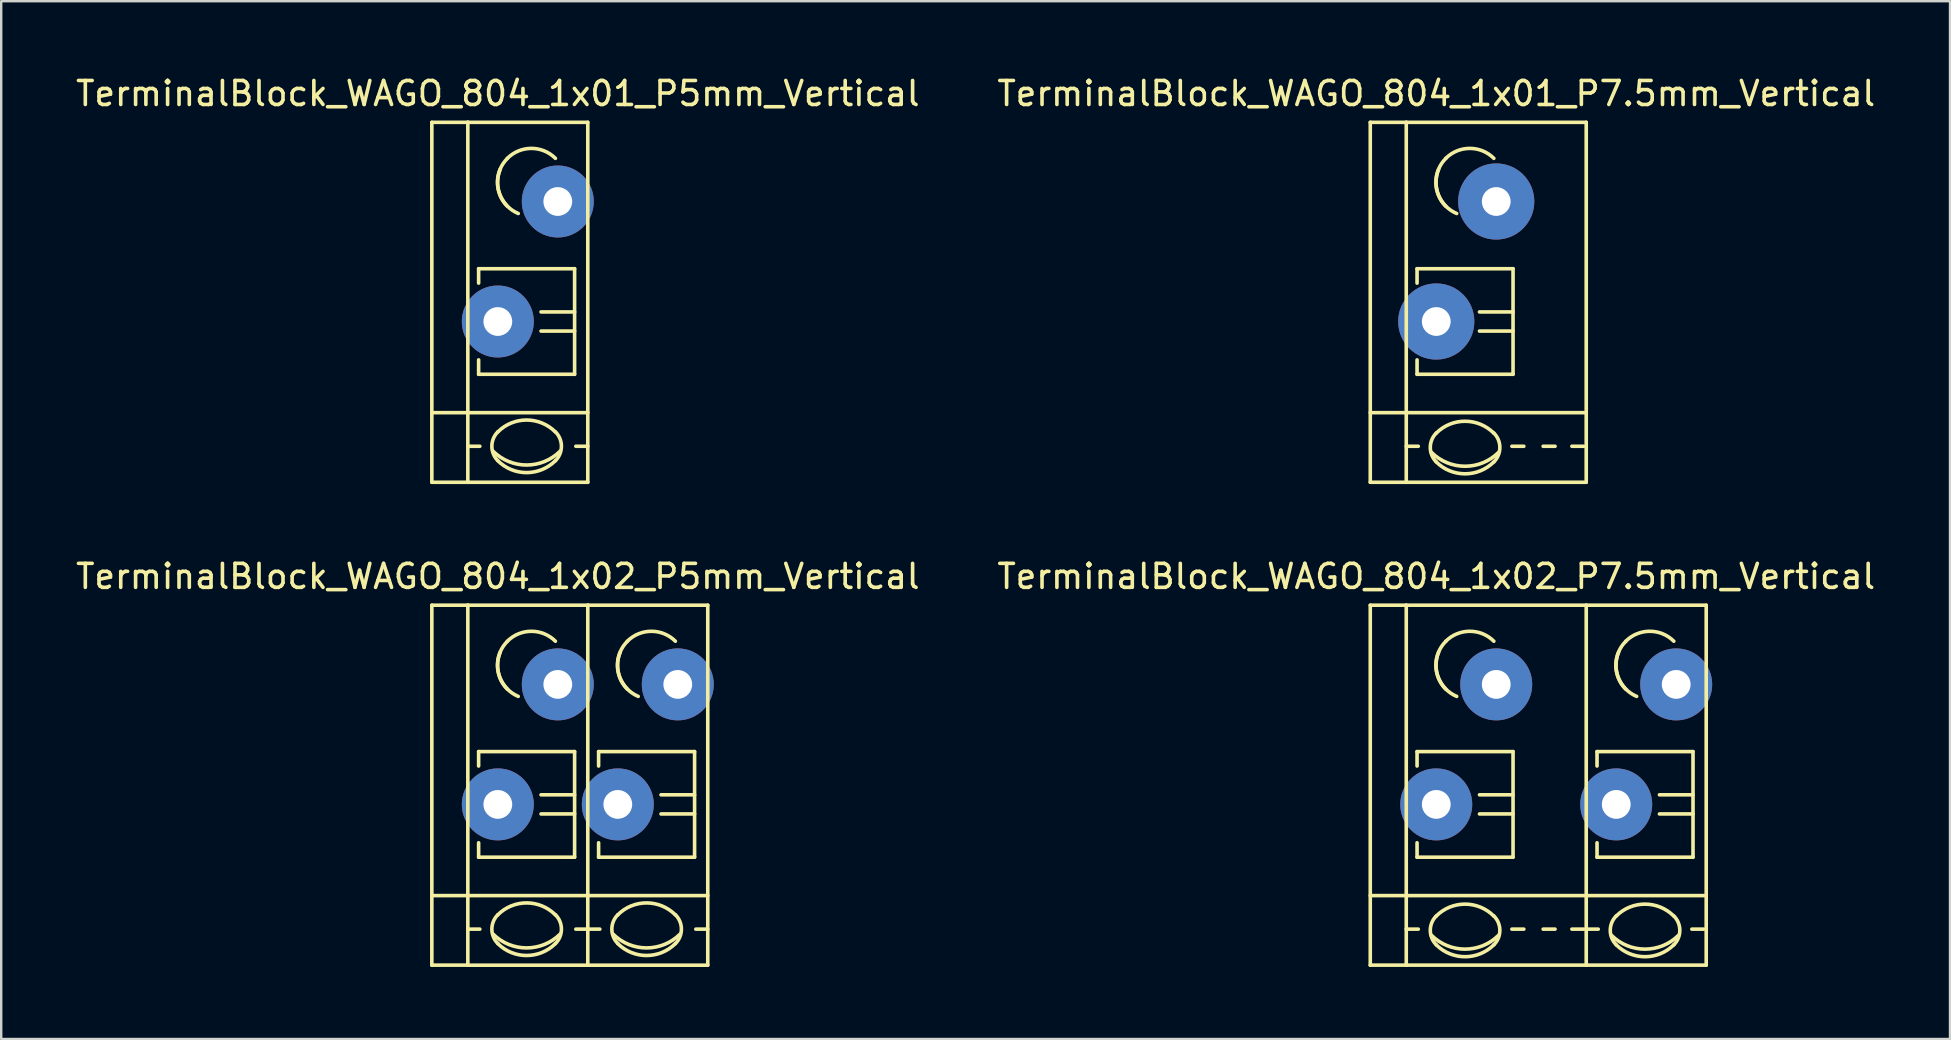
<source format=kicad_pcb>
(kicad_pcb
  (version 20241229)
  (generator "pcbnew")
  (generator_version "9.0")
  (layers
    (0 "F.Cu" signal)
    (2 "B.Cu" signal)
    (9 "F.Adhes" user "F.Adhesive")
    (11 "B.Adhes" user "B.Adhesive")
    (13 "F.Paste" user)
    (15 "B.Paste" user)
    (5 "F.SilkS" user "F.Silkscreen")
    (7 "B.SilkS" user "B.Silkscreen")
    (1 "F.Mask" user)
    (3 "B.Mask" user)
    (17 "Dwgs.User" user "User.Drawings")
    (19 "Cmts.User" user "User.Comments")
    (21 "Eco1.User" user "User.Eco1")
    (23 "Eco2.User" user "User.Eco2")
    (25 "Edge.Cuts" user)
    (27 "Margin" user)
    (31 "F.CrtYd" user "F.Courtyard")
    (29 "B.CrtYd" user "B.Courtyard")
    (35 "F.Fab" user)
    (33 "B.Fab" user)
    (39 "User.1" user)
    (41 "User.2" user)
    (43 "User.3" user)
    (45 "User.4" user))
  (footprint "TerminalBlock_WAGO_804_1x01_P5mm_Vertical"
    (layer "F.Cu")
    (at 17.696 10.348)
    (property "Reference" "TerminalBlock_WAGO_804_1x01_P5mm_Vertical" (at 0 -9.5 0) (layer "F.SilkS") (effects (font (size 1 1) (thickness 0.15))))
    (attr through_hole)
    (fp_line (start -2.75 -8.3) (end -1.25 -8.3) (stroke (width 0.15) (type solid)) (layer "F.SilkS"))
    (fp_line (start -2.75 6.7) (end -2.75 -8.3) (stroke (width 0.15) (type solid)) (layer "F.SilkS"))
    (fp_line (start -1.25 6.7) (end -2.75 6.7) (stroke (width 0.15) (type solid)) (layer "F.SilkS"))
    (fp_line (start -1.25 5.199) (end -0.749 5.199) (stroke (width 0.15) (type solid)) (layer "F.SilkS"))
    (fp_line (start -1.25 6.701) (end -1.25 -8.301) (stroke (width 0.15) (type solid)) (layer "F.SilkS"))
    (fp_line (start -0.8 -2.2) (end -0.8 -1.6) (stroke (width 0.15) (type solid)) (layer "F.SilkS"))
    (fp_line (start -0.8 -2.2) (end 3.2 -2.2) (stroke (width 0.15) (type solid)) (layer "F.SilkS"))
    (fp_line (start -0.8 2.2) (end -0.8 1.6) (stroke (width 0.15) (type solid)) (layer "F.SilkS"))
    (fp_line (start 3.2 -2.2) (end 3.2 2.2) (stroke (width 0.15) (type solid)) (layer "F.SilkS"))
    (fp_line (start 3.2 -0.399) (end 1.801 -0.399) (stroke (width 0.15) (type solid)) (layer "F.SilkS"))
    (fp_line (start 3.2 0.399) (end 1.801 0.399) (stroke (width 0.15) (type solid)) (layer "F.SilkS"))
    (fp_line (start 3.2 2.2) (end -0.8 2.2) (stroke (width 0.15) (type solid)) (layer "F.SilkS"))
    (fp_line (start 3.749 -8.301) (end -1.25 -8.301) (stroke (width 0.15) (type solid)) (layer "F.SilkS"))
    (fp_line (start 3.749 -8.301) (end 3.749 6.701) (stroke (width 0.15) (type solid)) (layer "F.SilkS"))
    (fp_line (start 3.749 5.199) (end 3.251 5.199) (stroke (width 0.15) (type solid)) (layer "F.SilkS"))
    (fp_line (start 3.749 6.701) (end -1.25 6.701) (stroke (width 0.15) (type solid)) (layer "F.SilkS"))
    (fp_line (start 3.75 3.8) (end -2.75 3.8) (stroke (width 0.15) (type solid)) (layer "F.SilkS"))
    (fp_arc (start 0 4.60248) (mid 1.19888 4.105888) (end 2.39776 4.60248) (stroke (width 0.15) (type solid)) (layer "F.SilkS"))
    (fp_arc (start 0 5.79882) (mid -0.248296 5.19938) (end 0 4.59994) (stroke (width 0.15) (type solid)) (layer "F.SilkS"))
    (fp_arc (start 0.39878 -6.79958) (mid 1.39954 -7.214108) (end 2.4003 -6.79958) (stroke (width 0.15) (type solid)) (layer "F.SilkS"))
    (fp_arc (start 0.39878 -4.8006) (mid -0.013952 -5.800616) (end 0.40132 -6.79958) (stroke (width 0.15) (type solid)) (layer "F.SilkS"))
    (fp_arc (start 0.8509 -4.50088) (mid 0.093811 -5.268985) (end 0.1016 -6.34746) (stroke (width 0.15) (type solid)) (layer "F.SilkS"))
    (fp_arc (start 2.4003 5.79882) (mid 1.200676 6.297208) (end 0 5.80136) (stroke (width 0.15) (type solid)) (layer "F.SilkS"))
    (fp_arc (start 2.40284 4.59994) (mid 2.650392 5.201176) (end 2.4003 5.80136) (stroke (width 0.15) (type solid)) (layer "F.SilkS"))
    (fp_arc (start 2.60096 5.40004) (mid 1.200676 5.981545) (end -0.20066 5.40258) (stroke (width 0.15) (type solid)) (layer "F.SilkS"))
    (pad "1" thru_hole circle (at 0 0) (size 3 3) (drill 1.2) (layers "*.Cu" "*.Mask"))
    (pad "1" thru_hole circle (at 2.499 -5.001) (size 3 3) (drill 1.2) (layers "*.Cu" "*.Mask")))
  (footprint "TerminalBlock_WAGO_804_1x01_P7.5mm_Vertical"
    (layer "F.Cu")
    (at 56.804 10.348)
    (property "Reference" "TerminalBlock_WAGO_804_1x01_P7.5mm_Vertical" (at 0 -9.5 0) (layer "F.SilkS") (effects (font (size 1 1) (thickness 0.15))))
    (attr through_hole)
    (fp_line (start -2.75 -8.3) (end -1.25 -8.3) (stroke (width 0.15) (type solid)) (layer "F.SilkS"))
    (fp_line (start -2.75 6.7) (end -2.75 -8.3) (stroke (width 0.15) (type solid)) (layer "F.SilkS"))
    (fp_line (start -1.25 3.8) (end -2.75 3.8) (stroke (width 0.15) (type solid)) (layer "F.SilkS"))
    (fp_line (start -1.25 3.8) (end 6.25 3.8) (stroke (width 0.15) (type solid)) (layer "F.SilkS"))
    (fp_line (start -1.25 6.7) (end -2.75 6.7) (stroke (width 0.15) (type solid)) (layer "F.SilkS"))
    (fp_line (start -1.25 5.199) (end -0.749 5.199) (stroke (width 0.15) (type solid)) (layer "F.SilkS"))
    (fp_line (start -1.25 6.701) (end -1.25 -8.301) (stroke (width 0.15) (type solid)) (layer "F.SilkS"))
    (fp_line (start -0.8 -2.2) (end -0.8 -1.6) (stroke (width 0.15) (type solid)) (layer "F.SilkS"))
    (fp_line (start -0.8 -2.2) (end 3.2 -2.2) (stroke (width 0.15) (type solid)) (layer "F.SilkS"))
    (fp_line (start -0.8 2.2) (end -0.8 1.6) (stroke (width 0.15) (type solid)) (layer "F.SilkS"))
    (fp_line (start 3.2 -2.2) (end 3.2 2.2) (stroke (width 0.15) (type solid)) (layer "F.SilkS"))
    (fp_line (start 3.2 -0.399) (end 1.801 -0.399) (stroke (width 0.15) (type solid)) (layer "F.SilkS"))
    (fp_line (start 3.2 0.399) (end 1.801 0.399) (stroke (width 0.15) (type solid)) (layer "F.SilkS"))
    (fp_line (start 3.2 2.2) (end -0.8 2.2) (stroke (width 0.15) (type solid)) (layer "F.SilkS"))
    (fp_line (start 3.65 5.199) (end 3.152 5.199) (stroke (width 0.15) (type solid)) (layer "F.SilkS"))
    (fp_line (start 4.951 5.199) (end 4.454 5.199) (stroke (width 0.15) (type solid)) (layer "F.SilkS"))
    (fp_line (start 6.149 5.199) (end 5.652 5.199) (stroke (width 0.15) (type solid)) (layer "F.SilkS"))
    (fp_line (start 6.25 -8.3) (end -1.25 -8.3) (stroke (width 0.15) (type solid)) (layer "F.SilkS"))
    (fp_line (start 6.25 6.7) (end -1.25 6.7) (stroke (width 0.15) (type solid)) (layer "F.SilkS"))
    (fp_line (start 6.25 6.7) (end 6.25 -8.3) (stroke (width 0.15) (type solid)) (layer "F.SilkS"))
    (fp_arc (start 0 4.65328) (mid 1.19888 4.156688) (end 2.39776 4.65328) (stroke (width 0.15) (type solid)) (layer "F.SilkS"))
    (fp_arc (start 0 5.84962) (mid -0.248296 5.25018) (end 0 4.65074) (stroke (width 0.15) (type solid)) (layer "F.SilkS"))
    (fp_arc (start 0.39878 -6.79958) (mid 1.39954 -7.214108) (end 2.4003 -6.79958) (stroke (width 0.15) (type solid)) (layer "F.SilkS"))
    (fp_arc (start 0.39878 -4.8006) (mid -0.013952 -5.800616) (end 0.40132 -6.79958) (stroke (width 0.15) (type solid)) (layer "F.SilkS"))
    (fp_arc (start 0.8509 -4.50088) (mid 0.093811 -5.268985) (end 0.1016 -6.34746) (stroke (width 0.15) (type solid)) (layer "F.SilkS"))
    (fp_arc (start 2.4003 5.84962) (mid 1.200676 6.348008) (end 0 5.85216) (stroke (width 0.15) (type solid)) (layer "F.SilkS"))
    (fp_arc (start 2.40284 4.65074) (mid 2.650392 5.251976) (end 2.4003 5.85216) (stroke (width 0.15) (type solid)) (layer "F.SilkS"))
    (fp_arc (start 2.60096 5.45084) (mid 1.200676 6.032345) (end -0.20066 5.45338) (stroke (width 0.15) (type solid)) (layer "F.SilkS"))
    (pad "1" thru_hole circle (at 0 0) (size 3.175 3.175) (drill 1.199) (layers "*.Cu" "*.Mask"))
    (pad "1" thru_hole circle (at 2.499 -5.001) (size 3.175 3.175) (drill 1.199) (layers "*.Cu" "*.Mask")))
  (footprint "TerminalBlock_WAGO_804_1x02_P7.5mm_Vertical"
    (layer "F.Cu")
    (at 56.804 30.472)
    (property "Reference" "TerminalBlock_WAGO_804_1x02_P7.5mm_Vertical" (at 0 -9.5 0) (layer "F.SilkS") (effects (font (size 1 1) (thickness 0.15))))
    (attr through_hole)
    (fp_line (start -2.75 -8.3) (end -1.25 -8.3) (stroke (width 0.15) (type solid)) (layer "F.SilkS"))
    (fp_line (start -2.75 6.7) (end -2.75 -8.3) (stroke (width 0.15) (type solid)) (layer "F.SilkS"))
    (fp_line (start -1.25 3.8) (end -2.75 3.8) (stroke (width 0.15) (type solid)) (layer "F.SilkS"))
    (fp_line (start -1.25 3.8) (end 6.25 3.8) (stroke (width 0.15) (type solid)) (layer "F.SilkS"))
    (fp_line (start -1.25 6.7) (end -2.75 6.7) (stroke (width 0.15) (type solid)) (layer "F.SilkS"))
    (fp_line (start -1.25 5.199) (end -0.749 5.199) (stroke (width 0.15) (type solid)) (layer "F.SilkS"))
    (fp_line (start -1.25 6.701) (end -1.25 -8.301) (stroke (width 0.15) (type solid)) (layer "F.SilkS"))
    (fp_line (start -0.8 -2.2) (end -0.8 -1.6) (stroke (width 0.15) (type solid)) (layer "F.SilkS"))
    (fp_line (start -0.8 -2.2) (end 3.2 -2.2) (stroke (width 0.15) (type solid)) (layer "F.SilkS"))
    (fp_line (start -0.8 2.2) (end -0.8 1.6) (stroke (width 0.15) (type solid)) (layer "F.SilkS"))
    (fp_line (start 3.2 -2.2) (end 3.2 2.2) (stroke (width 0.15) (type solid)) (layer "F.SilkS"))
    (fp_line (start 3.2 -0.399) (end 1.801 -0.399) (stroke (width 0.15) (type solid)) (layer "F.SilkS"))
    (fp_line (start 3.2 0.399) (end 1.801 0.399) (stroke (width 0.15) (type solid)) (layer "F.SilkS"))
    (fp_line (start 3.2 2.2) (end -0.8 2.2) (stroke (width 0.15) (type solid)) (layer "F.SilkS"))
    (fp_line (start 3.65 5.199) (end 3.152 5.199) (stroke (width 0.15) (type solid)) (layer "F.SilkS"))
    (fp_line (start 4.951 5.199) (end 4.454 5.199) (stroke (width 0.15) (type solid)) (layer "F.SilkS"))
    (fp_line (start 6.149 5.199) (end 5.652 5.199) (stroke (width 0.15) (type solid)) (layer "F.SilkS"))
    (fp_line (start 6.25 -8.3) (end -1.25 -8.3) (stroke (width 0.15) (type solid)) (layer "F.SilkS"))
    (fp_line (start 6.25 -8.3) (end 11.25 -8.3) (stroke (width 0.15) (type solid)) (layer "F.SilkS"))
    (fp_line (start 6.25 3.8) (end 11.25 3.8) (stroke (width 0.15) (type solid)) (layer "F.SilkS"))
    (fp_line (start 6.25 6.7) (end -1.25 6.7) (stroke (width 0.15) (type solid)) (layer "F.SilkS"))
    (fp_line (start 6.25 6.7) (end 6.25 -8.3) (stroke (width 0.15) (type solid)) (layer "F.SilkS"))
    (fp_line (start 6.25 6.7) (end 11.25 6.7) (stroke (width 0.15) (type solid)) (layer "F.SilkS"))
    (fp_line (start 6.25 5.199) (end 6.751 5.199) (stroke (width 0.15) (type solid)) (layer "F.SilkS"))
    (fp_line (start 6.7 -2.2) (end 6.7 -1.6) (stroke (width 0.15) (type solid)) (layer "F.SilkS"))
    (fp_line (start 6.7 -2.2) (end 10.7 -2.2) (stroke (width 0.15) (type solid)) (layer "F.SilkS"))
    (fp_line (start 6.7 2.2) (end 6.7 1.6) (stroke (width 0.15) (type solid)) (layer "F.SilkS"))
    (fp_line (start 10.7 -2.2) (end 10.7 2.2) (stroke (width 0.15) (type solid)) (layer "F.SilkS"))
    (fp_line (start 10.7 -0.399) (end 9.301 -0.399) (stroke (width 0.15) (type solid)) (layer "F.SilkS"))
    (fp_line (start 10.7 0.399) (end 9.301 0.399) (stroke (width 0.15) (type solid)) (layer "F.SilkS"))
    (fp_line (start 10.7 2.2) (end 6.7 2.2) (stroke (width 0.15) (type solid)) (layer "F.SilkS"))
    (fp_line (start 11.15 5.199) (end 10.652 5.199) (stroke (width 0.15) (type solid)) (layer "F.SilkS"))
    (fp_line (start 11.25 6.7) (end 11.25 -8.3) (stroke (width 0.15) (type solid)) (layer "F.SilkS"))
    (fp_arc (start 0 4.65328) (mid 1.19888 4.156688) (end 2.39776 4.65328) (stroke (width 0.15) (type solid)) (layer "F.SilkS"))
    (fp_arc (start 0 5.84962) (mid -0.248296 5.25018) (end 0 4.65074) (stroke (width 0.15) (type solid)) (layer "F.SilkS"))
    (fp_arc (start 0.39878 -6.79958) (mid 1.39954 -7.214108) (end 2.4003 -6.79958) (stroke (width 0.15) (type solid)) (layer "F.SilkS"))
    (fp_arc (start 0.39878 -4.8006) (mid -0.013952 -5.800616) (end 0.40132 -6.79958) (stroke (width 0.15) (type solid)) (layer "F.SilkS"))
    (fp_arc (start 0.8509 -4.50088) (mid 0.093811 -5.268985) (end 0.1016 -6.34746) (stroke (width 0.15) (type solid)) (layer "F.SilkS"))
    (fp_arc (start 2.4003 5.84962) (mid 1.200676 6.348008) (end 0 5.85216) (stroke (width 0.15) (type solid)) (layer "F.SilkS"))
    (fp_arc (start 2.40284 4.65074) (mid 2.650392 5.251976) (end 2.4003 5.85216) (stroke (width 0.15) (type solid)) (layer "F.SilkS"))
    (fp_arc (start 2.60096 5.45084) (mid 1.200676 6.032345) (end -0.20066 5.45338) (stroke (width 0.15) (type solid)) (layer "F.SilkS"))
    (fp_arc (start 7.5 4.65328) (mid 8.69888 4.156688) (end 9.89776 4.65328) (stroke (width 0.15) (type solid)) (layer "F.SilkS"))
    (fp_arc (start 7.5 5.84962) (mid 7.251704 5.25018) (end 7.5 4.65074) (stroke (width 0.15) (type solid)) (layer "F.SilkS"))
    (fp_arc (start 7.89878 -6.79958) (mid 8.89954 -7.214108) (end 9.9003 -6.79958) (stroke (width 0.15) (type solid)) (layer "F.SilkS"))
    (fp_arc (start 7.89878 -4.8006) (mid 7.486048 -5.800616) (end 7.90132 -6.79958) (stroke (width 0.15) (type solid)) (layer "F.SilkS"))
    (fp_arc (start 8.3509 -4.50088) (mid 7.593811 -5.268985) (end 7.6016 -6.34746) (stroke (width 0.15) (type solid)) (layer "F.SilkS"))
    (fp_arc (start 9.9003 5.84962) (mid 8.700676 6.348008) (end 7.5 5.85216) (stroke (width 0.15) (type solid)) (layer "F.SilkS"))
    (fp_arc (start 9.90284 4.65074) (mid 10.150392 5.251976) (end 9.9003 5.85216) (stroke (width 0.15) (type solid)) (layer "F.SilkS"))
    (fp_arc (start 10.10096 5.45084) (mid 8.700676 6.032345) (end 7.29934 5.45338) (stroke (width 0.15) (type solid)) (layer "F.SilkS"))
    (pad "1" thru_hole circle (at 0 0) (size 3 3) (drill 1.2) (layers "*.Cu" "*.Mask"))
    (pad "1" thru_hole circle (at 2.499 -5.001) (size 3 3) (drill 1.2) (layers "*.Cu" "*.Mask"))
    (pad "2" thru_hole circle (at 7.5 0) (size 3 3) (drill 1.2) (layers "*.Cu" "*.Mask"))
    (pad "2" thru_hole circle (at 9.999 -5.001) (size 3 3) (drill 1.2) (layers "*.Cu" "*.Mask")))
  (footprint "TerminalBlock_WAGO_804_1x02_P5mm_Vertical"
    (layer "F.Cu")
    (at 17.696 30.472)
    (property "Reference" "TerminalBlock_WAGO_804_1x02_P5mm_Vertical" (at 0 -9.5 0) (layer "F.SilkS") (effects (font (size 1 1) (thickness 0.15))))
    (attr through_hole)
    (fp_line (start -2.75 -8.3) (end -1.25 -8.3) (stroke (width 0.15) (type solid)) (layer "F.SilkS"))
    (fp_line (start -2.75 6.7) (end -2.75 -8.3) (stroke (width 0.15) (type solid)) (layer "F.SilkS"))
    (fp_line (start -1.25 6.7) (end -2.75 6.7) (stroke (width 0.15) (type solid)) (layer "F.SilkS"))
    (fp_line (start -1.25 5.199) (end -0.749 5.199) (stroke (width 0.15) (type solid)) (layer "F.SilkS"))
    (fp_line (start -1.25 6.701) (end -1.25 -8.301) (stroke (width 0.15) (type solid)) (layer "F.SilkS"))
    (fp_line (start -0.8 -2.2) (end -0.8 -1.6) (stroke (width 0.15) (type solid)) (layer "F.SilkS"))
    (fp_line (start -0.8 -2.2) (end 3.2 -2.2) (stroke (width 0.15) (type solid)) (layer "F.SilkS"))
    (fp_line (start -0.8 2.2) (end -0.8 1.6) (stroke (width 0.15) (type solid)) (layer "F.SilkS"))
    (fp_line (start 3.2 -2.2) (end 3.2 2.2) (stroke (width 0.15) (type solid)) (layer "F.SilkS"))
    (fp_line (start 3.2 -0.399) (end 1.801 -0.399) (stroke (width 0.15) (type solid)) (layer "F.SilkS"))
    (fp_line (start 3.2 0.399) (end 1.801 0.399) (stroke (width 0.15) (type solid)) (layer "F.SilkS"))
    (fp_line (start 3.2 2.2) (end -0.8 2.2) (stroke (width 0.15) (type solid)) (layer "F.SilkS"))
    (fp_line (start 3.749 -8.301) (end -1.25 -8.301) (stroke (width 0.15) (type solid)) (layer "F.SilkS"))
    (fp_line (start 3.749 -8.301) (end 3.749 6.701) (stroke (width 0.15) (type solid)) (layer "F.SilkS"))
    (fp_line (start 3.749 5.199) (end 3.251 5.199) (stroke (width 0.15) (type solid)) (layer "F.SilkS"))
    (fp_line (start 3.749 6.701) (end -1.25 6.701) (stroke (width 0.15) (type solid)) (layer "F.SilkS"))
    (fp_line (start 3.75 3.8) (end -2.75 3.8) (stroke (width 0.15) (type solid)) (layer "F.SilkS"))
    (fp_line (start 3.75 3.8) (end 8.75 3.8) (stroke (width 0.15) (type solid)) (layer "F.SilkS"))
    (fp_line (start 3.75 5.199) (end 4.251 5.199) (stroke (width 0.15) (type solid)) (layer "F.SilkS"))
    (fp_line (start 4.2 -2.2) (end 4.2 -1.6) (stroke (width 0.15) (type solid)) (layer "F.SilkS"))
    (fp_line (start 4.2 -2.2) (end 8.2 -2.2) (stroke (width 0.15) (type solid)) (layer "F.SilkS"))
    (fp_line (start 4.2 2.2) (end 4.2 1.6) (stroke (width 0.15) (type solid)) (layer "F.SilkS"))
    (fp_line (start 8.2 -2.2) (end 8.2 2.2) (stroke (width 0.15) (type solid)) (layer "F.SilkS"))
    (fp_line (start 8.2 -0.399) (end 6.801 -0.399) (stroke (width 0.15) (type solid)) (layer "F.SilkS"))
    (fp_line (start 8.2 0.399) (end 6.801 0.399) (stroke (width 0.15) (type solid)) (layer "F.SilkS"))
    (fp_line (start 8.2 2.2) (end 4.2 2.2) (stroke (width 0.15) (type solid)) (layer "F.SilkS"))
    (fp_line (start 8.749 -8.301) (end 3.75 -8.301) (stroke (width 0.15) (type solid)) (layer "F.SilkS"))
    (fp_line (start 8.749 -8.301) (end 8.749 6.701) (stroke (width 0.15) (type solid)) (layer "F.SilkS"))
    (fp_line (start 8.749 5.199) (end 8.251 5.199) (stroke (width 0.15) (type solid)) (layer "F.SilkS"))
    (fp_line (start 8.749 6.701) (end 3.75 6.701) (stroke (width 0.15) (type solid)) (layer "F.SilkS"))
    (fp_arc (start 0 4.60248) (mid 1.19888 4.105888) (end 2.39776 4.60248) (stroke (width 0.15) (type solid)) (layer "F.SilkS"))
    (fp_arc (start 0 5.79882) (mid -0.248296 5.19938) (end 0 4.59994) (stroke (width 0.15) (type solid)) (layer "F.SilkS"))
    (fp_arc (start 0.39878 -6.79958) (mid 1.39954 -7.214108) (end 2.4003 -6.79958) (stroke (width 0.15) (type solid)) (layer "F.SilkS"))
    (fp_arc (start 0.39878 -4.8006) (mid -0.013952 -5.800616) (end 0.40132 -6.79958) (stroke (width 0.15) (type solid)) (layer "F.SilkS"))
    (fp_arc (start 0.8509 -4.50088) (mid 0.093811 -5.268985) (end 0.1016 -6.34746) (stroke (width 0.15) (type solid)) (layer "F.SilkS"))
    (fp_arc (start 2.4003 5.79882) (mid 1.200676 6.297208) (end 0 5.80136) (stroke (width 0.15) (type solid)) (layer "F.SilkS"))
    (fp_arc (start 2.40284 4.59994) (mid 2.650392 5.201176) (end 2.4003 5.80136) (stroke (width 0.15) (type solid)) (layer "F.SilkS"))
    (fp_arc (start 2.60096 5.40004) (mid 1.200676 5.981545) (end -0.20066 5.40258) (stroke (width 0.15) (type solid)) (layer "F.SilkS"))
    (fp_arc (start 5 4.60248) (mid 6.19888 4.105888) (end 7.39776 4.60248) (stroke (width 0.15) (type solid)) (layer "F.SilkS"))
    (fp_arc (start 5 5.79882) (mid 4.751704 5.19938) (end 5 4.59994) (stroke (width 0.15) (type solid)) (layer "F.SilkS"))
    (fp_arc (start 5.39878 -6.79958) (mid 6.39954 -7.214108) (end 7.4003 -6.79958) (stroke (width 0.15) (type solid)) (layer "F.SilkS"))
    (fp_arc (start 5.39878 -4.8006) (mid 4.986048 -5.800616) (end 5.40132 -6.79958) (stroke (width 0.15) (type solid)) (layer "F.SilkS"))
    (fp_arc (start 5.8509 -4.50088) (mid 5.093811 -5.268985) (end 5.1016 -6.34746) (stroke (width 0.15) (type solid)) (layer "F.SilkS"))
    (fp_arc (start 7.4003 5.79882) (mid 6.200676 6.297208) (end 5 5.80136) (stroke (width 0.15) (type solid)) (layer "F.SilkS"))
    (fp_arc (start 7.40284 4.59994) (mid 7.650392 5.201176) (end 7.4003 5.80136) (stroke (width 0.15) (type solid)) (layer "F.SilkS"))
    (fp_arc (start 7.60096 5.40004) (mid 6.200676 5.981545) (end 4.79934 5.40258) (stroke (width 0.15) (type solid)) (layer "F.SilkS"))
    (pad "1" thru_hole circle (at 0 0) (size 3 3) (drill 1.2) (layers "*.Cu" "*.Mask"))
    (pad "1" thru_hole circle (at 2.499 -5.001) (size 3 3) (drill 1.2) (layers "*.Cu" "*.Mask"))
    (pad "2" thru_hole circle (at 5 0) (size 3 3) (drill 1.2) (layers "*.Cu" "*.Mask"))
    (pad "2" thru_hole circle (at 7.499 -5.001) (size 3 3) (drill 1.2) (layers "*.Cu" "*.Mask")))
  (gr_rect
    (start -3 -3)
    (end 78.214 40.248)
    (stroke (width 0.1) (type default))
    (fill no)
    (layer "Edge.Cuts")))
</source>
